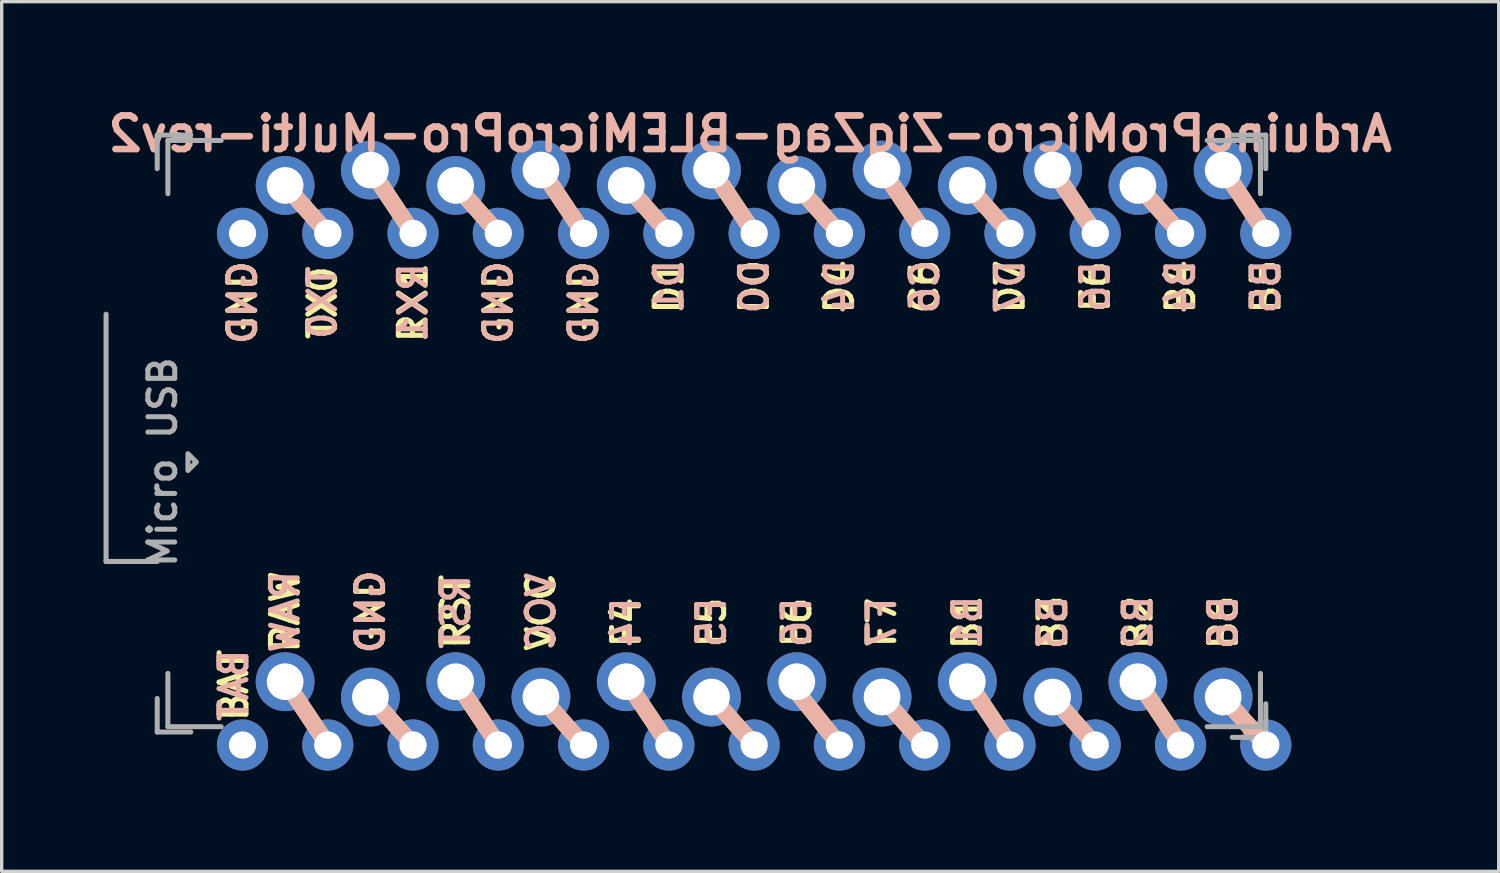
<source format=kicad_pcb>
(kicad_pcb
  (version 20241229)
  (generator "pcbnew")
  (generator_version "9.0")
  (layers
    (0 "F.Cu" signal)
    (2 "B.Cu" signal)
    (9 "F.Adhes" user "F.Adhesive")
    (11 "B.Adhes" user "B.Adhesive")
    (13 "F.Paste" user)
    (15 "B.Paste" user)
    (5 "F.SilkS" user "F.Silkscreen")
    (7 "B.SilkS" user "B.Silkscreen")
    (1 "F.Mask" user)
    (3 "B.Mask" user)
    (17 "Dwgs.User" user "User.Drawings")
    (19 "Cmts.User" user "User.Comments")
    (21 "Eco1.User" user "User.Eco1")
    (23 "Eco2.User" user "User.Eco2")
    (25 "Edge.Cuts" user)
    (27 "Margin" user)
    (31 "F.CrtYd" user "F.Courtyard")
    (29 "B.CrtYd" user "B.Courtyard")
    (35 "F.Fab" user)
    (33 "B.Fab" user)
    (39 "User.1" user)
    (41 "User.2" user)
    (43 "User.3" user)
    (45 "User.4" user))
  (footprint "ArduinoProMicro-ZigZag-BLEMicroPro-Multi-rev2"
    (layer "F.Cu")
    (at 19.413 9.864)
    (property "Reference" "ArduinoProMicro-ZigZag-BLEMicroPro-Multi-rev2" (at -0.118 -8.928 0) (layer "B.SilkS") (effects (font (size 1 1) (thickness 0.2)) (justify mirror)))
    (attr through_hole)
    (fp_line (start -12.7 -5.963) (end -13.97 -7.391) (stroke (width 0.5) (type solid)) (layer "F.SilkS"))
    (fp_line (start -12.7 9.277) (end -13.97 7.372) (stroke (width 0.5) (type solid)) (layer "F.SilkS"))
    (fp_line (start -10.16 -5.963) (end -11.43 -7.868) (stroke (width 0.5) (type solid)) (layer "F.SilkS"))
    (fp_line (start -10.16 9.277) (end -11.43 7.849) (stroke (width 0.5) (type solid)) (layer "F.SilkS"))
    (fp_line (start -7.62 -5.963) (end -8.89 -7.391) (stroke (width 0.5) (type solid)) (layer "F.SilkS"))
    (fp_line (start -7.62 9.277) (end -8.89 7.372) (stroke (width 0.5) (type solid)) (layer "F.SilkS"))
    (fp_line (start -5.08 -5.963) (end -6.35 -7.868) (stroke (width 0.5) (type solid)) (layer "F.SilkS"))
    (fp_line (start -5.08 9.277) (end -6.35 7.849) (stroke (width 0.5) (type solid)) (layer "F.SilkS"))
    (fp_line (start -2.54 -5.963) (end -3.81 -7.391) (stroke (width 0.5) (type solid)) (layer "F.SilkS"))
    (fp_line (start -2.54 9.277) (end -3.81 7.372) (stroke (width 0.5) (type solid)) (layer "F.SilkS"))
    (fp_line (start 0 -5.963) (end -1.27 -7.868) (stroke (width 0.5) (type solid)) (layer "F.SilkS"))
    (fp_line (start 0 9.277) (end -1.27 7.849) (stroke (width 0.5) (type solid)) (layer "F.SilkS"))
    (fp_line (start 2.54 -5.963) (end 1.27 -7.391) (stroke (width 0.5) (type solid)) (layer "F.SilkS"))
    (fp_line (start 2.54 9.277) (end 1.27 7.69) (stroke (width 0.5) (type solid)) (layer "F.SilkS"))
    (fp_line (start 5.08 -5.963) (end 3.81 -7.868) (stroke (width 0.5) (type solid)) (layer "F.SilkS"))
    (fp_line (start 5.08 9.277) (end 3.81 7.849) (stroke (width 0.5) (type solid)) (layer "F.SilkS"))
    (fp_line (start 7.62 -5.963) (end 6.35 -7.391) (stroke (width 0.5) (type solid)) (layer "F.SilkS"))
    (fp_line (start 7.62 9.277) (end 6.35 7.372) (stroke (width 0.5) (type solid)) (layer "F.SilkS"))
    (fp_line (start 10.16 -5.963) (end 8.89 -7.868) (stroke (width 0.5) (type solid)) (layer "F.SilkS"))
    (fp_line (start 10.16 9.277) (end 8.89 7.849) (stroke (width 0.5) (type solid)) (layer "F.SilkS"))
    (fp_line (start 12.7 -5.963) (end 11.43 -7.391) (stroke (width 0.5) (type solid)) (layer "F.SilkS"))
    (fp_line (start 12.7 9.277) (end 11.43 7.372) (stroke (width 0.5) (type solid)) (layer "F.SilkS"))
    (fp_line (start 15.24 -5.963) (end 13.97 -7.868) (stroke (width 0.5) (type solid)) (layer "F.SilkS"))
    (fp_line (start 15.24 9.277) (end 13.97 7.849) (stroke (width 0.5) (type solid)) (layer "F.SilkS"))
    (fp_line (start -12.7 -5.963) (end -13.97 -7.391) (stroke (width 0.5) (type solid)) (layer "B.SilkS"))
    (fp_line (start -12.7 9.277) (end -13.97 7.372) (stroke (width 0.5) (type solid)) (layer "B.SilkS"))
    (fp_line (start -10.16 -5.963) (end -11.43 -7.868) (stroke (width 0.5) (type solid)) (layer "B.SilkS"))
    (fp_line (start -10.16 9.277) (end -11.43 7.849) (stroke (width 0.5) (type solid)) (layer "B.SilkS"))
    (fp_line (start -7.62 -5.963) (end -8.89 -7.391) (stroke (width 0.5) (type solid)) (layer "B.SilkS"))
    (fp_line (start -7.62 9.277) (end -8.89 7.372) (stroke (width 0.5) (type solid)) (layer "B.SilkS"))
    (fp_line (start -5.08 -5.963) (end -6.35 -7.868) (stroke (width 0.5) (type solid)) (layer "B.SilkS"))
    (fp_line (start -5.08 9.277) (end -6.35 7.849) (stroke (width 0.5) (type solid)) (layer "B.SilkS"))
    (fp_line (start -2.54 -5.963) (end -3.81 -7.391) (stroke (width 0.5) (type solid)) (layer "B.SilkS"))
    (fp_line (start -2.54 9.277) (end -3.81 7.372) (stroke (width 0.5) (type solid)) (layer "B.SilkS"))
    (fp_line (start 0 -5.963) (end -1.27 -7.868) (stroke (width 0.5) (type solid)) (layer "B.SilkS"))
    (fp_line (start 0 9.277) (end -1.27 7.849) (stroke (width 0.5) (type solid)) (layer "B.SilkS"))
    (fp_line (start 2.54 -5.963) (end 1.27 -7.391) (stroke (width 0.5) (type solid)) (layer "B.SilkS"))
    (fp_line (start 2.54 9.277) (end 1.27 7.69) (stroke (width 0.5) (type solid)) (layer "B.SilkS"))
    (fp_line (start 5.08 -5.963) (end 3.81 -7.868) (stroke (width 0.5) (type solid)) (layer "B.SilkS"))
    (fp_line (start 5.08 9.277) (end 3.81 7.849) (stroke (width 0.5) (type solid)) (layer "B.SilkS"))
    (fp_line (start 7.62 -5.963) (end 6.35 -7.391) (stroke (width 0.5) (type solid)) (layer "B.SilkS"))
    (fp_line (start 7.62 9.277) (end 6.35 7.372) (stroke (width 0.5) (type solid)) (layer "B.SilkS"))
    (fp_line (start 10.16 -5.963) (end 8.89 -7.868) (stroke (width 0.5) (type solid)) (layer "B.SilkS"))
    (fp_line (start 10.16 9.277) (end 8.89 7.849) (stroke (width 0.5) (type solid)) (layer "B.SilkS"))
    (fp_line (start 12.7 -5.963) (end 11.43 -7.391) (stroke (width 0.5) (type solid)) (layer "B.SilkS"))
    (fp_line (start 12.7 9.277) (end 11.43 7.372) (stroke (width 0.5) (type solid)) (layer "B.SilkS"))
    (fp_line (start 15.24 -5.963) (end 13.97 -7.868) (stroke (width 0.5) (type solid)) (layer "B.SilkS"))
    (fp_line (start 15.24 9.277) (end 13.97 7.849) (stroke (width 0.5) (type solid)) (layer "B.SilkS"))
    (fp_line (start -19.304 3.81) (end -19.304 -3.556) (stroke (width 0.15) (type solid)) (layer "F.Fab"))
    (fp_line (start -17.78 -8.89) (end -17.78 -7.89) (stroke (width 0.15) (type solid)) (layer "F.Fab"))
    (fp_line (start -17.78 -8.89) (end -16.78 -8.89) (stroke (width 0.15) (type solid)) (layer "F.Fab"))
    (fp_line (start -17.78 3.81) (end -19.304 3.81) (stroke (width 0.15) (type solid)) (layer "F.Fab"))
    (fp_line (start -17.78 7.89) (end -17.78 8.89) (stroke (width 0.15) (type solid)) (layer "F.Fab"))
    (fp_line (start -17.78 8.89) (end -16.78 8.89) (stroke (width 0.15) (type solid)) (layer "F.Fab"))
    (fp_line (start -17.462 -8.731) (end -17.462 -7.144) (stroke (width 0.15) (type solid)) (layer "F.Fab"))
    (fp_line (start -17.462 7.144) (end -17.462 8.731) (stroke (width 0.15) (type solid)) (layer "F.Fab"))
    (fp_line (start -17.462 8.731) (end -15.875 8.731) (stroke (width 0.15) (type solid)) (layer "F.Fab"))
    (fp_line (start -15.875 -8.731) (end -17.462 -8.731) (stroke (width 0.15) (type solid)) (layer "F.Fab"))
    (fp_line (start 15.081 -8.731) (end 13.494 -8.731) (stroke (width 0.15) (type solid)) (layer "F.Fab"))
    (fp_line (start 15.081 -7.144) (end 15.081 -8.731) (stroke (width 0.15) (type solid)) (layer "F.Fab"))
    (fp_line (start 15.081 7.144) (end 15.081 8.731) (stroke (width 0.15) (type solid)) (layer "F.Fab"))
    (fp_line (start 15.081 8.731) (end 13.494 8.731) (stroke (width 0.15) (type solid)) (layer "F.Fab"))
    (fp_line (start 15.24 -8.89) (end 14.24 -8.89) (stroke (width 0.15) (type solid)) (layer "F.Fab"))
    (fp_line (start 15.24 -8.89) (end 15.24 -7.89) (stroke (width 0.15) (type solid)) (layer "F.Fab"))
    (fp_line (start 15.24 9.049) (end 14.24 9.049) (stroke (width 0.15) (type solid)) (layer "F.Fab"))
    (fp_line (start 15.24 9.049) (end 15.24 8.049) (stroke (width 0.15) (type solid)) (layer "F.Fab"))
    (fp_poly (pts (xy -16.865 0.6) (xy -16.865 1.1) (xy -16.615 0.85)) (stroke (width 0.15) (type solid)) (fill no) (layer "F.Fab"))
    (fp_text user "VCC" (at -6.35 5.309 90) (unlocked yes) (layer "F.SilkS") (effects (font (size 0.8 0.8) (thickness 0.15))))
    (fp_text user "GND" (at -15.24 -3.899 90) (unlocked yes) (layer "F.SilkS") (effects (font (size 0.8 0.8) (thickness 0.15))))
    (fp_text user "B6" (at 13.97 5.626 90) (unlocked yes) (layer "F.SilkS") (effects (font (size 0.8 0.8) (thickness 0.15))))
    (fp_text user "B5" (at 15.24 -4.375 90) (unlocked yes) (layer "F.SilkS") (effects (font (size 0.8 0.8) (thickness 0.15))))
    (fp_text user "RX1" (at -10.16 -3.899 90) (unlocked yes) (layer "F.SilkS") (effects (font (size 0.8 0.8) (thickness 0.15))))
    (fp_text user "D4" (at 2.54 -4.375 90) (unlocked yes) (layer "F.SilkS") (effects (font (size 0.8 0.8) (thickness 0.15))))
    (fp_text user "RAW" (at -13.97 5.309 90) (unlocked yes) (layer "F.SilkS") (effects (font (size 0.8 0.8) (thickness 0.15))))
    (fp_text user "F7" (at 3.8 5.626 90) (unlocked yes) (layer "F.SilkS") (effects (font (size 0.8 0.8) (thickness 0.15))))
    (fp_text user "C6" (at 5.08 -4.375 90) (unlocked yes) (layer "F.SilkS") (effects (font (size 0.8 0.8) (thickness 0.15))))
    (fp_text user "E6" (at 10.16 -4.375 90) (unlocked yes) (layer "F.SilkS") (effects (font (size 0.8 0.8) (thickness 0.15))))
    (fp_text user "RST" (at -8.89 5.309 90) (unlocked yes) (layer "F.SilkS") (effects (font (size 0.8 0.8) (thickness 0.15))))
    (fp_text user "F5" (at -1.27 5.626 90) (unlocked yes) (layer "F.SilkS") (effects (font (size 0.8 0.8) (thickness 0.15))))
    (fp_text user "B1" (at 6.35 5.626 90) (unlocked yes) (layer "F.SilkS") (effects (font (size 0.8 0.8) (thickness 0.15))))
    (fp_text user "GND" (at -5.08 -3.899 90) (unlocked yes) (layer "F.SilkS") (effects (font (size 0.8 0.8) (thickness 0.15))))
    (fp_text user "GND" (at -7.62 -3.899 90) (unlocked yes) (layer "F.SilkS") (effects (font (size 0.8 0.8) (thickness 0.15))))
    (fp_text user "TX0" (at -12.859 -3.899 90) (unlocked yes) (layer "F.SilkS") (effects (font (size 0.8 0.8) (thickness 0.15))))
    (fp_text user "B2" (at 11.43 5.626 90) (unlocked yes) (layer "F.SilkS") (effects (font (size 0.8 0.8) (thickness 0.15))))
    (fp_text user "D1" (at -2.54 -4.375 90) (unlocked yes) (layer "F.SilkS") (effects (font (size 0.8 0.8) (thickness 0.15))))
    (fp_text user "D7" (at 7.62 -4.375 90) (unlocked yes) (layer "F.SilkS") (effects (font (size 0.8 0.8) (thickness 0.15))))
    (fp_text user "F6" (at 1.27 5.626 90) (unlocked yes) (layer "F.SilkS") (effects (font (size 0.8 0.8) (thickness 0.15))))
    (fp_text user "GND" (at -11.43 5.309 90) (unlocked yes) (layer "F.SilkS") (effects (font (size 0.8 0.8) (thickness 0.15))))
    (fp_text user "F4" (at -3.81 5.626 90) (unlocked yes) (layer "F.SilkS") (effects (font (size 0.8 0.8) (thickness 0.15))))
    (fp_text user "B4" (at 12.7 -4.375 90) (unlocked yes) (layer "F.SilkS") (effects (font (size 0.8 0.8) (thickness 0.15))))
    (fp_text user "B3" (at 8.89 5.626 90) (unlocked yes) (layer "F.SilkS") (effects (font (size 0.8 0.8) (thickness 0.15))))
    (fp_text user "D0" (at 0 -4.375 90) (unlocked yes) (layer "F.SilkS") (effects (font (size 0.8 0.8) (thickness 0.15))))
    (fp_text user "BAT" (at -15.5 7.5 90) (unlocked yes) (layer "F.SilkS") (effects (font (size 0.8 0.8) (thickness 0.15))))
    (fp_text user "RST" (at -8.89 5.309 90) (unlocked yes) (layer "B.SilkS") (effects (font (size 0.8 0.8) (thickness 0.15)) (justify mirror)))
    (fp_text user "B6" (at 13.97 5.626 90) (unlocked yes) (layer "B.SilkS") (effects (font (size 0.8 0.8) (thickness 0.15)) (justify mirror)))
    (fp_text user "B4" (at 12.7 -4.375 90) (unlocked yes) (layer "B.SilkS") (effects (font (size 0.8 0.8) (thickness 0.15)) (justify mirror)))
    (fp_text user "B3" (at 8.89 5.626 90) (unlocked yes) (layer "B.SilkS") (effects (font (size 0.8 0.8) (thickness 0.15)) (justify mirror)))
    (fp_text user "VCC" (at -6.35 5.309 90) (unlocked yes) (layer "B.SilkS") (effects (font (size 0.8 0.8) (thickness 0.15)) (justify mirror)))
    (fp_text user "D4" (at 2.54 -4.375 90) (unlocked yes) (layer "B.SilkS") (effects (font (size 0.8 0.8) (thickness 0.15)) (justify mirror)))
    (fp_text user "E6" (at 10.16 -4.375 90) (unlocked yes) (layer "B.SilkS") (effects (font (size 0.8 0.8) (thickness 0.15)) (justify mirror)))
    (fp_text user "BAT" (at -15.5 7.5 90) (unlocked yes) (layer "B.SilkS") (effects (font (size 0.8 0.8) (thickness 0.15)) (justify mirror)))
    (fp_text user "B1" (at 6.35 5.626 90) (unlocked yes) (layer "B.SilkS") (effects (font (size 0.8 0.8) (thickness 0.15)) (justify mirror)))
    (fp_text user "F4" (at -3.81 5.626 90) (unlocked yes) (layer "B.SilkS") (effects (font (size 0.8 0.8) (thickness 0.15)) (justify mirror)))
    (fp_text user "RX1" (at -10.16 -3.899 90) (unlocked yes) (layer "B.SilkS") (effects (font (size 0.8 0.8) (thickness 0.15)) (justify mirror)))
    (fp_text user "F6" (at 1.27 5.626 90) (unlocked yes) (layer "B.SilkS") (effects (font (size 0.8 0.8) (thickness 0.15)) (justify mirror)))
    (fp_text user "B5" (at 15.24 -4.375 90) (unlocked yes) (layer "B.SilkS") (effects (font (size 0.8 0.8) (thickness 0.15)) (justify mirror)))
    (fp_text user "D7" (at 7.62 -4.375 90) (unlocked yes) (layer "B.SilkS") (effects (font (size 0.8 0.8) (thickness 0.15)) (justify mirror)))
    (fp_text user "F7" (at 3.8 5.626 90) (unlocked yes) (layer "B.SilkS") (effects (font (size 0.8 0.8) (thickness 0.15)) (justify mirror)))
    (fp_text user "GND" (at -7.62 -3.899 90) (unlocked yes) (layer "B.SilkS") (effects (font (size 0.8 0.8) (thickness 0.15)) (justify mirror)))
    (fp_text user "C6" (at 5.08 -4.375 90) (unlocked yes) (layer "B.SilkS") (effects (font (size 0.8 0.8) (thickness 0.15)) (justify mirror)))
    (fp_text user "RAW" (at -13.97 5.309 90) (unlocked yes) (layer "B.SilkS") (effects (font (size 0.8 0.8) (thickness 0.15)) (justify mirror)))
    (fp_text user "GND" (at -15.24 -3.899 90) (unlocked yes) (layer "B.SilkS") (effects (font (size 0.8 0.8) (thickness 0.15)) (justify mirror)))
    (fp_text user "D1" (at -2.54 -4.375 90) (unlocked yes) (layer "B.SilkS") (effects (font (size 0.8 0.8) (thickness 0.15)) (justify mirror)))
    (fp_text user "F5" (at -1.27 5.626 90) (unlocked yes) (layer "B.SilkS") (effects (font (size 0.8 0.8) (thickness 0.15)) (justify mirror)))
    (fp_text user "TX0" (at -12.859 -3.899 90) (unlocked yes) (layer "B.SilkS") (effects (font (size 0.8 0.8) (thickness 0.15)) (justify mirror)))
    (fp_text user "GND" (at -5.08 -3.899 90) (unlocked yes) (layer "B.SilkS") (effects (font (size 0.8 0.8) (thickness 0.15)) (justify mirror)))
    (fp_text user "GND" (at -11.43 5.309 90) (unlocked yes) (layer "B.SilkS") (effects (font (size 0.8 0.8) (thickness 0.15)) (justify mirror)))
    (fp_text user "B2" (at 11.43 5.626 90) (unlocked yes) (layer "B.SilkS") (effects (font (size 0.8 0.8) (thickness 0.15)) (justify mirror)))
    (fp_text user "D0" (at 0 -4.375 90) (unlocked yes) (layer "B.SilkS") (effects (font (size 0.8 0.8) (thickness 0.15)) (justify mirror)))
    (fp_text user "Micro USB" (at -17.621 0.85 90) (unlocked yes) (layer "F.Fab") (effects (font (size 0.8 0.8) (thickness 0.15))))
    (pad "0" thru_hole circle (at -15.24 -5.963) (size 1.524 1.524) (drill 0.813) (layers "*.Cu" "*.Mask"))
    (pad "1" thru_hole circle (at -13.97 -7.391) (size 1.753 1.753) (drill 1.092) (layers "*.Cu" "*.Mask"))
    (pad "1" thru_hole circle (at -12.7 -5.963) (size 1.524 1.524) (drill 0.813) (layers "*.Cu" "*.Mask"))
    (pad "2" thru_hole circle (at -11.43 -7.849) (size 1.753 1.753) (drill 1.092) (layers "*.Cu" "*.Mask"))
    (pad "2" thru_hole circle (at -10.16 -5.963) (size 1.524 1.524) (drill 0.813) (layers "*.Cu" "*.Mask"))
    (pad "3" thru_hole circle (at -8.89 -7.391) (size 1.753 1.753) (drill 1.092) (layers "*.Cu" "*.Mask"))
    (pad "3" thru_hole circle (at -7.62 -5.963) (size 1.524 1.524) (drill 0.813) (layers "*.Cu" "*.Mask"))
    (pad "4" thru_hole circle (at -6.35 -7.849) (size 1.753 1.753) (drill 1.092) (layers "*.Cu" "*.Mask"))
    (pad "4" thru_hole circle (at -5.08 -5.963) (size 1.524 1.524) (drill 0.813) (layers "*.Cu" "*.Mask"))
    (pad "5" thru_hole circle (at -3.81 -7.391) (size 1.753 1.753) (drill 1.092) (layers "*.Cu" "*.Mask"))
    (pad "5" thru_hole circle (at -2.54 -5.963) (size 1.524 1.524) (drill 0.813) (layers "*.Cu" "*.Mask"))
    (pad "6" thru_hole circle (at -1.27 -7.849) (size 1.753 1.753) (drill 1.092) (layers "*.Cu" "*.Mask"))
    (pad "6" thru_hole circle (at 0 -5.963) (size 1.524 1.524) (drill 0.813) (layers "*.Cu" "*.Mask"))
    (pad "7" thru_hole circle (at 1.27 -7.391) (size 1.753 1.753) (drill 1.092) (layers "*.Cu" "*.Mask"))
    (pad "7" thru_hole circle (at 2.54 -5.963) (size 1.524 1.524) (drill 0.813) (layers "*.Cu" "*.Mask"))
    (pad "8" thru_hole circle (at 3.81 -7.849) (size 1.753 1.753) (drill 1.092) (layers "*.Cu" "*.Mask"))
    (pad "8" thru_hole circle (at 5.08 -5.963) (size 1.524 1.524) (drill 0.813) (layers "*.Cu" "*.Mask"))
    (pad "9" thru_hole circle (at 6.35 -7.391) (size 1.753 1.753) (drill 1.092) (layers "*.Cu" "*.Mask"))
    (pad "9" thru_hole circle (at 7.62 -5.963) (size 1.524 1.524) (drill 0.813) (layers "*.Cu" "*.Mask"))
    (pad "10" thru_hole circle (at 8.89 -7.849) (size 1.753 1.753) (drill 1.092) (layers "*.Cu" "*.Mask"))
    (pad "10" thru_hole circle (at 10.16 -5.963) (size 1.524 1.524) (drill 0.813) (layers "*.Cu" "*.Mask"))
    (pad "11" thru_hole circle (at 11.43 -7.391) (size 1.753 1.753) (drill 1.092) (layers "*.Cu" "*.Mask"))
    (pad "11" thru_hole circle (at 12.7 -5.963) (size 1.524 1.524) (drill 0.813) (layers "*.Cu" "*.Mask"))
    (pad "12" thru_hole circle (at 13.97 -7.849) (size 1.753 1.753) (drill 1.092) (layers "*.Cu" "*.Mask"))
    (pad "12" thru_hole circle (at 15.24 -5.963) (size 1.524 1.524) (drill 0.813) (layers "*.Cu" "*.Mask"))
    (pad "13" thru_hole circle (at 13.97 7.849) (size 1.753 1.753) (drill 1.092) (layers "*.Cu" "*.Mask"))
    (pad "13" thru_hole circle (at 15.24 9.277) (size 1.524 1.524) (drill 0.813) (layers "*.Cu" "*.Mask"))
    (pad "14" thru_hole circle (at 11.43 7.391) (size 1.753 1.753) (drill 1.092) (layers "*.Cu" "*.Mask"))
    (pad "14" thru_hole circle (at 12.7 9.277) (size 1.524 1.524) (drill 0.813) (layers "*.Cu" "*.Mask"))
    (pad "15" thru_hole circle (at 8.89 7.849) (size 1.753 1.753) (drill 1.092) (layers "*.Cu" "*.Mask"))
    (pad "15" thru_hole circle (at 10.16 9.277) (size 1.524 1.524) (drill 0.813) (layers "*.Cu" "*.Mask"))
    (pad "16" thru_hole circle (at 6.35 7.391) (size 1.753 1.753) (drill 1.092) (layers "*.Cu" "*.Mask"))
    (pad "16" thru_hole circle (at 7.62 9.277) (size 1.524 1.524) (drill 0.813) (layers "*.Cu" "*.Mask"))
    (pad "17" thru_hole circle (at 3.81 7.849) (size 1.753 1.753) (drill 1.092) (layers "*.Cu" "*.Mask"))
    (pad "17" thru_hole circle (at 5.08 9.277) (size 1.524 1.524) (drill 0.813) (layers "*.Cu" "*.Mask"))
    (pad "18" thru_hole circle (at 1.27 7.391) (size 1.753 1.753) (drill 1.092) (layers "*.Cu" "*.Mask"))
    (pad "18" thru_hole circle (at 2.54 9.277) (size 1.524 1.524) (drill 0.813) (layers "*.Cu" "*.Mask"))
    (pad "19" thru_hole circle (at -1.27 7.849) (size 1.753 1.753) (drill 1.092) (layers "*.Cu" "*.Mask"))
    (pad "19" thru_hole circle (at 0 9.277) (size 1.524 1.524) (drill 0.813) (layers "*.Cu" "*.Mask"))
    (pad "20" thru_hole circle (at -3.81 7.391) (size 1.753 1.753) (drill 1.092) (layers "*.Cu" "*.Mask"))
    (pad "20" thru_hole circle (at -2.54 9.277) (size 1.524 1.524) (drill 0.813) (layers "*.Cu" "*.Mask"))
    (pad "21" thru_hole circle (at -6.35 7.849) (size 1.753 1.753) (drill 1.092) (layers "*.Cu" "*.Mask"))
    (pad "21" thru_hole circle (at -5.08 9.277) (size 1.524 1.524) (drill 0.813) (layers "*.Cu" "*.Mask"))
    (pad "22" thru_hole circle (at -8.89 7.391) (size 1.753 1.753) (drill 1.092) (layers "*.Cu" "*.Mask"))
    (pad "22" thru_hole circle (at -7.62 9.277) (size 1.524 1.524) (drill 0.813) (layers "*.Cu" "*.Mask"))
    (pad "23" thru_hole circle (at -11.43 7.849) (size 1.753 1.753) (drill 1.092) (layers "*.Cu" "*.Mask"))
    (pad "23" thru_hole circle (at -10.16 9.277) (size 1.524 1.524) (drill 0.813) (layers "*.Cu" "*.Mask"))
    (pad "24" thru_hole circle (at -13.97 7.391) (size 1.753 1.753) (drill 1.092) (layers "*.Cu" "*.Mask"))
    (pad "24" thru_hole circle (at -12.7 9.277) (size 1.524 1.524) (drill 0.813) (layers "*.Cu" "*.Mask"))
    (pad "25" thru_hole circle (at -15.24 9.277) (size 1.524 1.524) (drill 0.813) (layers "*.Cu" "*.Mask")))
  (gr_rect
    (start -3 -3)
    (end 41.59 22.904)
    (stroke (width 0.1) (type default))
    (fill no)
    (layer "Edge.Cuts")))
</source>
